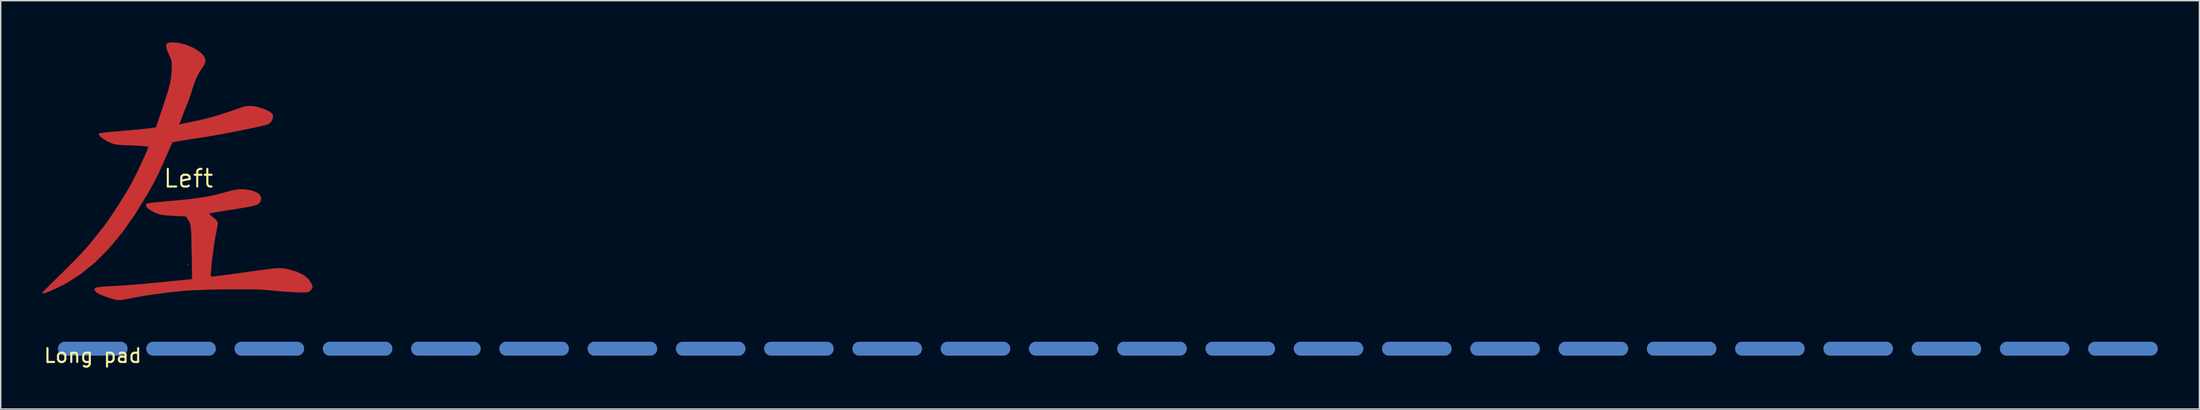
<source format=kicad_pcb>
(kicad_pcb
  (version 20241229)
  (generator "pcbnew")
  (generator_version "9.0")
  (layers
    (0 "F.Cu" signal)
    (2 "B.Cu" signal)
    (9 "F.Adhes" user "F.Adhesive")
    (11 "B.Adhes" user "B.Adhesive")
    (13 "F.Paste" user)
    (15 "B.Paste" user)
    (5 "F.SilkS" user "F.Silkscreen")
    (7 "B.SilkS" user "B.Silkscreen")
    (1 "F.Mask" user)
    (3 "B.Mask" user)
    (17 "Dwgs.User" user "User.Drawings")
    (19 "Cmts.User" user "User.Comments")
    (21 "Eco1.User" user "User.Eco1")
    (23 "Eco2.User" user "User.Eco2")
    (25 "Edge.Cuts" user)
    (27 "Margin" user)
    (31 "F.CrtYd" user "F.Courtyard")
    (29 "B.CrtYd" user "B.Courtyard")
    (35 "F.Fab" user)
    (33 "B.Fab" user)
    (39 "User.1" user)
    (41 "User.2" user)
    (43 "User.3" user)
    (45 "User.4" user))
  (footprint "Left"
    (layer "F.Cu")
    (at 10.504 9.811)
    (property "Reference" "Left" (at 0 0 0) (layer "F.SilkS") (effects (font (size 1.27 1.27) (thickness 0.15))))
    (attr through_hole)
    (fp_poly (pts (xy 0 6.223) (xy -0.042 6.265) (xy -0.085 6.223) (xy -0.042 6.181) (xy 0 6.223)) (stroke (width 0.01) (type solid)) (fill yes) (layer "F.Cu"))
    (fp_poly (pts (xy 4.036 0.786) (xy 4.52 0.86) (xy 4.89 0.993) (xy 5.133 1.174) (xy 5.238 1.391) (xy 5.192 1.634) (xy 5.105 1.766) (xy 5.032 1.834) (xy 4.916 1.894) (xy 4.737 1.952) (xy 4.469 2.014) (xy 4.091 2.084) (xy 3.578 2.17) (xy 3.302 2.214) (xy 2.788 2.296) (xy 2.327 2.372) (xy 1.947 2.435) (xy 1.675 2.482) (xy 1.54 2.508) (xy 1.534 2.51) (xy 1.522 2.572) (xy 1.646 2.702) (xy 1.767 2.796) (xy 1.969 2.969) (xy 2.094 3.13) (xy 2.116 3.197) (xy 2.099 3.342) (xy 2.054 3.607) (xy 1.99 3.944) (xy 1.955 4.115) (xy 1.896 4.439) (xy 1.833 4.839) (xy 1.772 5.283) (xy 1.715 5.737) (xy 1.666 6.171) (xy 1.629 6.551) (xy 1.608 6.846) (xy 1.607 7.023) (xy 1.615 7.059) (xy 1.648 7.068) (xy 1.728 7.068) (xy 1.87 7.056) (xy 2.091 7.032) (xy 2.406 6.992) (xy 2.83 6.935) (xy 3.379 6.86) (xy 4.068 6.764) (xy 4.687 6.677) (xy 5.308 6.591) (xy 5.789 6.529) (xy 6.157 6.489) (xy 6.439 6.469) (xy 6.663 6.468) (xy 6.855 6.484) (xy 7.043 6.515) (xy 7.057 6.518) (xy 7.74 6.7) (xy 8.274 6.952) (xy 8.658 7.271) (xy 8.883 7.643) (xy 8.926 7.837) (xy 8.856 7.988) (xy 8.791 8.057) (xy 8.709 8.131) (xy 8.613 8.179) (xy 8.473 8.205) (xy 8.257 8.212) (xy 7.933 8.204) (xy 7.502 8.184) (xy 7 8.155) (xy 6.479 8.115) (xy 6.004 8.072) (xy 5.673 8.033) (xy 5.402 8.011) (xy 4.991 7.995) (xy 4.468 7.985) (xy 3.86 7.981) (xy 3.195 7.983) (xy 2.504 7.99) (xy 1.812 8.002) (xy 1.15 8.019) (xy 0.544 8.041) (xy 0.024 8.067) (xy -0.296 8.09) (xy -0.921 8.15) (xy -1.62 8.231) (xy -2.337 8.326) (xy -3.016 8.426) (xy -3.601 8.525) (xy -3.768 8.556) (xy -4.226 8.646) (xy -4.55 8.707) (xy -4.771 8.744) (xy -4.919 8.761) (xy -5.026 8.762) (xy -5.123 8.751) (xy -5.165 8.745) (xy -5.461 8.677) (xy -5.813 8.568) (xy -6.162 8.438) (xy -6.451 8.308) (xy -6.596 8.222) (xy -6.732 8.067) (xy -6.752 7.941) (xy -6.696 7.888) (xy -6.559 7.846) (xy -6.317 7.813) (xy -5.95 7.784) (xy -5.49 7.759) (xy -5.101 7.739) (xy -4.712 7.716) (xy -4.302 7.687) (xy -3.848 7.651) (xy -3.326 7.606) (xy -2.713 7.549) (xy -1.987 7.48) (xy -1.125 7.395) (xy -0.733 7.356) (xy 0.27 7.256) (xy 0.238 5.3) (xy 0.227 4.671) (xy 0.215 4.188) (xy 0.201 3.827) (xy 0.181 3.563) (xy 0.154 3.374) (xy 0.116 3.236) (xy 0.067 3.125) (xy 0.017 3.039) (xy -0.172 2.733) (xy -1.109 2.689) (xy -1.549 2.663) (xy -1.869 2.627) (xy -2.118 2.572) (xy -2.345 2.487) (xy -2.526 2.399) (xy -2.846 2.208) (xy -3.008 2.041) (xy -3.032 1.973) (xy -3.042 1.912) (xy -3.039 1.865) (xy -3.003 1.827) (xy -2.914 1.796) (xy -2.752 1.767) (xy -2.496 1.736) (xy -2.128 1.7) (xy -1.626 1.655) (xy -1.143 1.612) (xy -0.296 1.531) (xy 0.417 1.449) (xy 1.031 1.362) (xy 1.581 1.262) (xy 2.103 1.145) (xy 2.631 1.004) (xy 2.773 0.963) (xy 3.232 0.843) (xy 3.602 0.786) (xy 3.95 0.781) (xy 4.036 0.786)) (stroke (width 0.01) (type solid)) (fill yes) (layer "F.Cu"))
    (fp_poly (pts (xy -0.737 -9.778) (xy -0.231 -9.651) (xy 0.273 -9.448) (xy 0.715 -9.192) (xy 0.992 -8.957) (xy 1.174 -8.712) (xy 1.229 -8.48) (xy 1.152 -8.222) (xy 0.944 -7.899) (xy 0.937 -7.891) (xy 0.724 -7.559) (xy 0.529 -7.144) (xy 0.335 -6.608) (xy 0.299 -6.494) (xy 0.173 -6.103) (xy 0.057 -5.759) (xy -0.034 -5.501) (xy -0.084 -5.376) (xy -0.151 -5.22) (xy -0.258 -4.955) (xy -0.383 -4.632) (xy -0.417 -4.543) (xy -0.669 -3.878) (xy -0.465 -3.93) (xy -0.281 -3.971) (xy 0.008 -4.031) (xy 0.342 -4.097) (xy 0.357 -4.099) (xy 1.107 -4.267) (xy 1.946 -4.496) (xy 2.811 -4.767) (xy 3.363 -4.96) (xy 3.766 -5.101) (xy 4.061 -5.186) (xy 4.299 -5.223) (xy 4.526 -5.223) (xy 4.656 -5.211) (xy 4.998 -5.145) (xy 5.355 -5.035) (xy 5.68 -4.897) (xy 5.932 -4.752) (xy 6.064 -4.617) (xy 6.068 -4.609) (xy 6.079 -4.373) (xy 5.976 -4.126) (xy 5.792 -3.942) (xy 5.755 -3.922) (xy 5.593 -3.869) (xy 5.291 -3.792) (xy 4.874 -3.696) (xy 4.37 -3.588) (xy 3.804 -3.472) (xy 3.204 -3.353) (xy 2.594 -3.237) (xy 2.003 -3.13) (xy 1.455 -3.036) (xy 1.016 -2.966) (xy 0.54 -2.894) (xy 0.074 -2.821) (xy -0.332 -2.756) (xy -0.626 -2.706) (xy -0.641 -2.703) (xy -1.156 -2.611) (xy -1.607 -1.581) (xy -1.853 -1.022) (xy -2.054 -0.578) (xy -2.229 -0.208) (xy -2.4 0.131) (xy -2.587 0.479) (xy -2.81 0.878) (xy -2.961 1.143) (xy -3.862 2.614) (xy -4.786 3.92) (xy -5.739 5.063) (xy -6.721 6.047) (xy -7.736 6.875) (xy -8.786 7.548) (xy -9.485 7.903) (xy -9.923 8.098) (xy -10.226 8.219) (xy -10.411 8.272) (xy -10.492 8.261) (xy -10.499 8.239) (xy -10.44 8.163) (xy -10.276 7.988) (xy -10.023 7.731) (xy -9.699 7.409) (xy -9.321 7.04) (xy -9.088 6.815) (xy -8.628 6.363) (xy -8.159 5.886) (xy -7.715 5.417) (xy -7.325 4.989) (xy -7.022 4.635) (xy -6.971 4.572) (xy -6.692 4.222) (xy -6.438 3.903) (xy -6.234 3.646) (xy -6.106 3.485) (xy -6.095 3.471) (xy -5.886 3.189) (xy -5.614 2.797) (xy -5.305 2.332) (xy -4.981 1.83) (xy -4.666 1.329) (xy -4.383 0.864) (xy -4.156 0.473) (xy -4.078 0.329) (xy -3.893 -0.031) (xy -3.69 -0.441) (xy -3.484 -0.872) (xy -3.288 -1.293) (xy -3.116 -1.674) (xy -2.982 -1.986) (xy -2.899 -2.199) (xy -2.879 -2.276) (xy -2.958 -2.304) (xy -3.178 -2.333) (xy -3.506 -2.359) (xy -3.915 -2.38) (xy -4.101 -2.386) (xy -4.588 -2.403) (xy -4.943 -2.423) (xy -5.203 -2.452) (xy -5.406 -2.498) (xy -5.587 -2.565) (xy -5.785 -2.661) (xy -5.807 -2.672) (xy -6.122 -2.856) (xy -6.342 -3.029) (xy -6.445 -3.172) (xy -6.432 -3.248) (xy -6.339 -3.266) (xy -6.104 -3.296) (xy -5.752 -3.333) (xy -5.309 -3.376) (xy -4.801 -3.421) (xy -4.699 -3.43) (xy -4.157 -3.477) (xy -3.652 -3.524) (xy -3.215 -3.566) (xy -2.879 -3.602) (xy -2.677 -3.628) (xy -2.667 -3.629) (xy -2.328 -3.685) (xy -1.789 -5.293) (xy -1.595 -5.881) (xy -1.45 -6.343) (xy -1.348 -6.713) (xy -1.279 -7.025) (xy -1.236 -7.311) (xy -1.211 -7.606) (xy -1.206 -7.681) (xy -1.189 -8.062) (xy -1.194 -8.328) (xy -1.23 -8.534) (xy -1.304 -8.733) (xy -1.393 -8.917) (xy -1.514 -9.198) (xy -1.586 -9.448) (xy -1.595 -9.576) (xy -1.553 -9.705) (xy -1.442 -9.772) (xy -1.215 -9.804) (xy -1.188 -9.806) (xy -0.737 -9.778)) (stroke (width 0.01) (type solid)) (fill yes) (layer "F.Cu")))
  (footprint "Long pad"
    (layer "F.Cu")
    (at 3.625 22.078)
    (property "Reference" "Long pad" (at 0 0.5 0) (layer "F.SilkS") (effects (font (size 1 1) (thickness 0.15))))
    (attr through_hole)
    (pad "1" smd oval (at 0 0) (size 5 1) (layers "F.Cu" "F.Mask" "F.Paste"))
    (pad "1" smd oval (at 0 0 180) (size 5 1) (layers "*.Paste" "*.Mask" "B.Cu"))
    (pad "1" smd oval (at 6.35 0) (size 5 1) (layers "F.Cu" "F.Mask" "F.Paste"))
    (pad "1" smd oval (at 6.35 0 180) (size 5 1) (layers "*.Paste" "*.Mask" "B.Cu"))
    (pad "1" smd oval (at 12.7 0) (size 5 1) (layers "F.Cu" "F.Mask" "F.Paste"))
    (pad "1" smd oval (at 12.7 0 180) (size 5 1) (layers "*.Paste" "*.Mask" "B.Cu"))
    (pad "1" smd oval (at 19.05 0) (size 5 1) (layers "F.Cu" "F.Mask" "F.Paste"))
    (pad "1" smd oval (at 19.05 0 180) (size 5 1) (layers "*.Paste" "*.Mask" "B.Cu"))
    (pad "1" smd oval (at 25.4 0) (size 5 1) (layers "F.Cu" "F.Mask" "F.Paste"))
    (pad "1" smd oval (at 25.4 0 180) (size 5 1) (layers "*.Paste" "*.Mask" "B.Cu"))
    (pad "1" smd oval (at 31.75 0) (size 5 1) (layers "F.Cu" "F.Mask" "F.Paste"))
    (pad "1" smd oval (at 31.75 0 180) (size 5 1) (layers "*.Paste" "*.Mask" "B.Cu"))
    (pad "1" smd oval (at 38.1 0) (size 5 1) (layers "F.Cu" "F.Mask" "F.Paste"))
    (pad "1" smd oval (at 38.1 0 180) (size 5 1) (layers "*.Paste" "*.Mask" "B.Cu"))
    (pad "1" smd oval (at 44.45 0) (size 5 1) (layers "F.Cu" "F.Mask" "F.Paste"))
    (pad "1" smd oval (at 44.45 0 180) (size 5 1) (layers "*.Paste" "*.Mask" "B.Cu"))
    (pad "1" smd oval (at 50.8 0) (size 5 1) (layers "F.Cu" "F.Mask" "F.Paste"))
    (pad "1" smd oval (at 50.8 0 180) (size 5 1) (layers "*.Paste" "*.Mask" "B.Cu"))
    (pad "1" smd oval (at 57.15 0) (size 5 1) (layers "F.Cu" "F.Mask" "F.Paste"))
    (pad "1" smd oval (at 57.15 0 180) (size 5 1) (layers "*.Paste" "*.Mask" "B.Cu"))
    (pad "1" smd oval (at 63.5 0) (size 5 1) (layers "F.Cu" "F.Mask" "F.Paste"))
    (pad "1" smd oval (at 63.5 0 180) (size 5 1) (layers "*.Paste" "*.Mask" "B.Cu"))
    (pad "1" smd oval (at 69.85 0) (size 5 1) (layers "F.Cu" "F.Mask" "F.Paste"))
    (pad "1" smd oval (at 69.85 0 180) (size 5 1) (layers "*.Paste" "*.Mask" "B.Cu"))
    (pad "1" smd oval (at 76.2 0) (size 5 1) (layers "F.Cu" "F.Mask" "F.Paste"))
    (pad "1" smd oval (at 76.2 0 180) (size 5 1) (layers "*.Paste" "*.Mask" "B.Cu"))
    (pad "1" smd oval (at 82.55 0) (size 5 1) (layers "F.Cu" "F.Mask" "F.Paste"))
    (pad "1" smd oval (at 82.55 0 180) (size 5 1) (layers "*.Paste" "*.Mask" "B.Cu"))
    (pad "1" smd oval (at 88.9 0) (size 5 1) (layers "F.Cu" "F.Mask" "F.Paste"))
    (pad "1" smd oval (at 88.9 0 180) (size 5 1) (layers "*.Paste" "*.Mask" "B.Cu"))
    (pad "1" smd oval (at 95.25 0) (size 5 1) (layers "F.Cu" "F.Mask" "F.Paste"))
    (pad "1" smd oval (at 95.25 0 180) (size 5 1) (layers "*.Paste" "*.Mask" "B.Cu"))
    (pad "1" smd oval (at 101.6 0) (size 5 1) (layers "F.Cu" "F.Mask" "F.Paste"))
    (pad "1" smd oval (at 101.6 0 180) (size 5 1) (layers "*.Paste" "*.Mask" "B.Cu"))
    (pad "1" smd oval (at 107.95 0) (size 5 1) (layers "F.Cu" "F.Mask" "F.Paste"))
    (pad "1" smd oval (at 107.95 0 180) (size 5 1) (layers "*.Paste" "*.Mask" "B.Cu"))
    (pad "1" smd oval (at 114.3 0) (size 5 1) (layers "F.Cu" "F.Mask" "F.Paste"))
    (pad "1" smd oval (at 114.3 0 180) (size 5 1) (layers "*.Paste" "*.Mask" "B.Cu"))
    (pad "1" smd oval (at 120.65 0) (size 5 1) (layers "F.Cu" "F.Mask" "F.Paste"))
    (pad "1" smd oval (at 120.65 0 180) (size 5 1) (layers "*.Paste" "*.Mask" "B.Cu"))
    (pad "1" smd oval (at 127 0) (size 5 1) (layers "F.Cu" "F.Mask" "F.Paste"))
    (pad "1" smd oval (at 127 0 180) (size 5 1) (layers "*.Paste" "*.Mask" "B.Cu"))
    (pad "1" smd oval (at 133.35 0) (size 5 1) (layers "F.Cu" "F.Mask" "F.Paste"))
    (pad "1" smd oval (at 133.35 0 180) (size 5 1) (layers "*.Paste" "*.Mask" "B.Cu"))
    (pad "1" smd oval (at 139.7 0) (size 5 1) (layers "F.Cu" "F.Mask" "F.Paste"))
    (pad "1" smd oval (at 139.7 0 180) (size 5 1) (layers "*.Paste" "*.Mask" "B.Cu"))
    (pad "1" smd oval (at 146.05 0) (size 5 1) (layers "F.Cu" "F.Mask" "F.Paste"))
    (pad "1" smd oval (at 146.05 0 180) (size 5 1) (layers "*.Paste" "*.Mask" "B.Cu")))
  (gr_rect
    (start -3 -3)
    (end 155.175 26.426)
    (stroke (width 0.1) (type default))
    (fill no)
    (layer "Edge.Cuts")))
</source>
